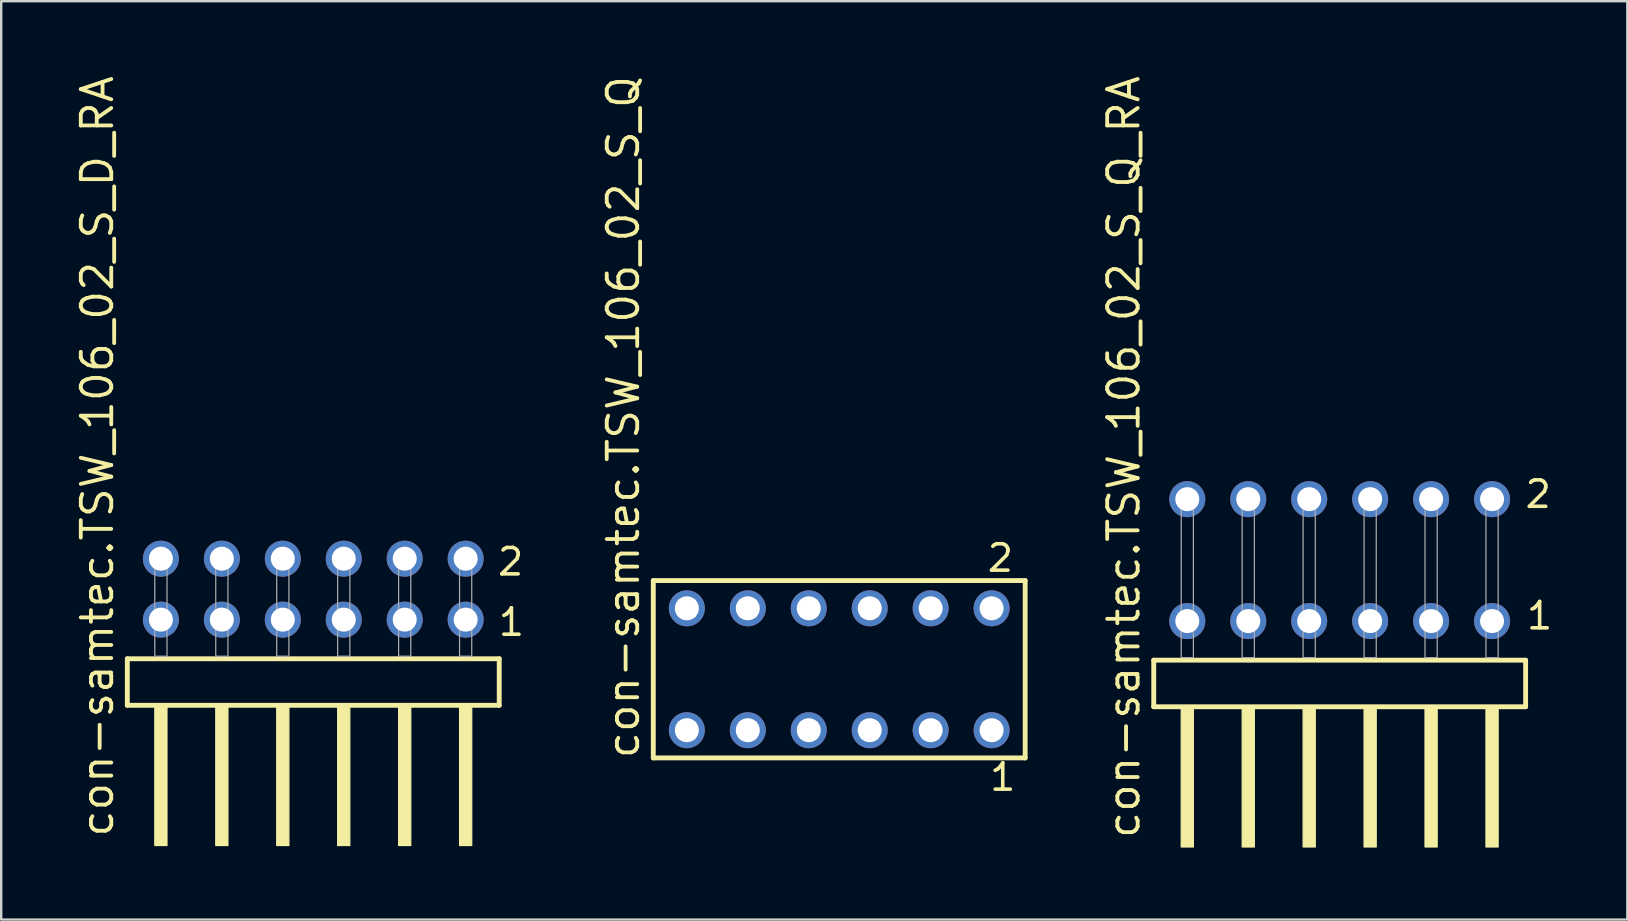
<source format=kicad_pcb>
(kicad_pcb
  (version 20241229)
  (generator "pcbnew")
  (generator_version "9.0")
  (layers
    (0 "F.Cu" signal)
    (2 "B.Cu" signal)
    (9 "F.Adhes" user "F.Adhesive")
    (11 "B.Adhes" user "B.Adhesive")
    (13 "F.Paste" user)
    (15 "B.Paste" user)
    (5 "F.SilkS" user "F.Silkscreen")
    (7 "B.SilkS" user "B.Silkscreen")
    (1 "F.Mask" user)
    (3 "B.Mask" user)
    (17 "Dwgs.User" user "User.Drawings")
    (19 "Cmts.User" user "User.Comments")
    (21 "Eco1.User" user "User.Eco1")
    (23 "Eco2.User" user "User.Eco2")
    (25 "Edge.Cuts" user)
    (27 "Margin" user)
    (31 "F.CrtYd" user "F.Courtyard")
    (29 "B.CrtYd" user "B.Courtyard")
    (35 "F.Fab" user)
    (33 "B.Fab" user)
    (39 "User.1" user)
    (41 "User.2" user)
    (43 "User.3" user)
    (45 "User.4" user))
  (footprint "con-samtec.TSW_106_02_S_Q"
    (layer "F.Cu")
    (at 31.923 24.84)
    (property "Reference" "con-samtec.TSW_106_02_S_Q" (at -8.255 3.81 90) (layer "F.SilkS") (effects (font (size 1.27 1.27) (thickness 0.16)) (justify left bottom)))
    (attr through_hole)
    (fp_line (start -7.749 -3.695) (end 7.749 -3.695) (stroke (width 0.203) (type default)) (layer "F.SilkS"))
    (fp_line (start -7.749 3.695) (end -7.749 -3.695) (stroke (width 0.203) (type default)) (layer "F.SilkS"))
    (fp_line (start 7.749 -3.695) (end 7.749 3.695) (stroke (width 0.203) (type default)) (layer "F.SilkS"))
    (fp_line (start 7.749 3.695) (end -7.749 3.695) (stroke (width 0.203) (type default)) (layer "F.SilkS"))
    (fp_rect (start -6.7 -2.19) (end -6 -2.89) (stroke (width 0.05) (type default)) (fill no) (layer "F.Fab"))
    (fp_rect (start -6.7 2.89) (end -6 2.19) (stroke (width 0.05) (type default)) (fill no) (layer "F.Fab"))
    (fp_rect (start -4.16 -2.19) (end -3.46 -2.89) (stroke (width 0.05) (type default)) (fill no) (layer "F.Fab"))
    (fp_rect (start -4.16 2.89) (end -3.46 2.19) (stroke (width 0.05) (type default)) (fill no) (layer "F.Fab"))
    (fp_rect (start -1.62 -2.19) (end -0.92 -2.89) (stroke (width 0.05) (type default)) (fill no) (layer "F.Fab"))
    (fp_rect (start -1.62 2.89) (end -0.92 2.19) (stroke (width 0.05) (type default)) (fill no) (layer "F.Fab"))
    (fp_rect (start 0.92 -2.19) (end 1.62 -2.89) (stroke (width 0.05) (type default)) (fill no) (layer "F.Fab"))
    (fp_rect (start 0.92 2.89) (end 1.62 2.19) (stroke (width 0.05) (type default)) (fill no) (layer "F.Fab"))
    (fp_rect (start 3.46 -2.19) (end 4.16 -2.89) (stroke (width 0.05) (type default)) (fill no) (layer "F.Fab"))
    (fp_rect (start 3.46 2.89) (end 4.16 2.19) (stroke (width 0.05) (type default)) (fill no) (layer "F.Fab"))
    (fp_rect (start 6 -2.19) (end 6.7 -2.89) (stroke (width 0.05) (type default)) (fill no) (layer "F.Fab"))
    (fp_rect (start 6 2.89) (end 6.7 2.19) (stroke (width 0.05) (type default)) (fill no) (layer "F.Fab"))
    (fp_text user "2" (at 6.092 -3.989 0) (layer "F.SilkS") (effects (font (size 1.1 1.1) (thickness 0.15)) (justify left bottom)))
    (fp_text user "1" (at 6.192 5.138 0) (layer "F.SilkS") (effects (font (size 1.1 1.1) (thickness 0.15)) (justify left bottom)))
    (pad "1" thru_hole circle (at 6.35 2.54 180) (size 1.5 1.5) (drill 1) (layers "*.Cu" "*.Mask"))
    (pad "2" thru_hole circle (at 6.35 -2.54 180) (size 1.5 1.5) (drill 1) (layers "*.Cu" "*.Mask"))
    (pad "3" thru_hole circle (at 3.81 2.54 180) (size 1.5 1.5) (drill 1) (layers "*.Cu" "*.Mask"))
    (pad "4" thru_hole circle (at 3.81 -2.54 180) (size 1.5 1.5) (drill 1) (layers "*.Cu" "*.Mask"))
    (pad "5" thru_hole circle (at 1.27 2.54 180) (size 1.5 1.5) (drill 1) (layers "*.Cu" "*.Mask"))
    (pad "6" thru_hole circle (at 1.27 -2.54 180) (size 1.5 1.5) (drill 1) (layers "*.Cu" "*.Mask"))
    (pad "7" thru_hole circle (at -1.27 2.54 180) (size 1.5 1.5) (drill 1) (layers "*.Cu" "*.Mask"))
    (pad "8" thru_hole circle (at -1.27 -2.54 180) (size 1.5 1.5) (drill 1) (layers "*.Cu" "*.Mask"))
    (pad "9" thru_hole circle (at -3.81 2.54 180) (size 1.5 1.5) (drill 1) (layers "*.Cu" "*.Mask"))
    (pad "10" thru_hole circle (at -3.81 -2.54 180) (size 1.5 1.5) (drill 1) (layers "*.Cu" "*.Mask"))
    (pad "11" thru_hole circle (at -6.35 2.54 180) (size 1.5 1.5) (drill 1) (layers "*.Cu" "*.Mask"))
    (pad "12" thru_hole circle (at -6.35 -2.54 180) (size 1.5 1.5) (drill 1) (layers "*.Cu" "*.Mask")))
  (footprint "con-samtec.TSW_106_02_S_Q_RA"
    (layer "F.Cu")
    (at 52.778 24.356)
    (property "Reference" "con-samtec.TSW_106_02_S_Q_RA" (at -8.255 7.62 90) (layer "F.SilkS") (effects (font (size 1.27 1.27) (thickness 0.16)) (justify left bottom)))
    (attr through_hole)
    (fp_line (start -7.749 0.106) (end -7.749 2.046) (stroke (width 0.203) (type default)) (layer "F.SilkS"))
    (fp_line (start -7.749 2.046) (end 7.749 2.046) (stroke (width 0.203) (type default)) (layer "F.SilkS"))
    (fp_line (start 7.749 0.106) (end -7.749 0.106) (stroke (width 0.203) (type default)) (layer "F.SilkS"))
    (fp_line (start 7.749 2.046) (end 7.749 0.106) (stroke (width 0.203) (type default)) (layer "F.SilkS"))
    (fp_rect (start -6.604 7.89) (end -6.096 2.04) (stroke (width 0.05) (type default)) (fill yes) (layer "F.SilkS"))
    (fp_rect (start -4.064 7.89) (end -3.556 2.04) (stroke (width 0.05) (type default)) (fill yes) (layer "F.SilkS"))
    (fp_rect (start -1.524 7.89) (end -1.016 2.04) (stroke (width 0.05) (type default)) (fill yes) (layer "F.SilkS"))
    (fp_rect (start 1.016 7.89) (end 1.524 2.04) (stroke (width 0.05) (type default)) (fill yes) (layer "F.SilkS"))
    (fp_rect (start 3.556 7.89) (end 4.064 2.04) (stroke (width 0.05) (type default)) (fill yes) (layer "F.SilkS"))
    (fp_rect (start 6.096 7.89) (end 6.604 2.04) (stroke (width 0.05) (type default)) (fill yes) (layer "F.SilkS"))
    (fp_rect (start -6.604 0) (end -6.096 -6.858) (stroke (width 0.05) (type default)) (fill no) (layer "F.Fab"))
    (fp_rect (start -4.064 0) (end -3.556 -6.858) (stroke (width 0.05) (type default)) (fill no) (layer "F.Fab"))
    (fp_rect (start -1.524 0) (end -1.016 -6.858) (stroke (width 0.05) (type default)) (fill no) (layer "F.Fab"))
    (fp_rect (start 1.016 0) (end 1.524 -6.858) (stroke (width 0.05) (type default)) (fill no) (layer "F.Fab"))
    (fp_rect (start 3.556 0) (end 4.064 -6.858) (stroke (width 0.05) (type default)) (fill no) (layer "F.Fab"))
    (fp_rect (start 6.096 0) (end 6.604 -6.858) (stroke (width 0.05) (type default)) (fill no) (layer "F.Fab"))
    (fp_text user "1" (at 7.71 -1.1 0) (layer "F.SilkS") (effects (font (size 1.1 1.1) (thickness 0.15)) (justify left bottom)))
    (fp_text user "2" (at 7.65 -6.165 0) (layer "F.SilkS") (effects (font (size 1.1 1.1) (thickness 0.15)) (justify left bottom)))
    (pad "1" thru_hole circle (at 6.35 -1.524 180) (size 1.5 1.5) (drill 1) (layers "*.Cu" "*.Mask"))
    (pad "2" thru_hole circle (at 6.35 -6.604 180) (size 1.5 1.5) (drill 1) (layers "*.Cu" "*.Mask"))
    (pad "3" thru_hole circle (at 3.81 -1.524 180) (size 1.5 1.5) (drill 1) (layers "*.Cu" "*.Mask"))
    (pad "4" thru_hole circle (at 3.81 -6.604 180) (size 1.5 1.5) (drill 1) (layers "*.Cu" "*.Mask"))
    (pad "5" thru_hole circle (at 1.27 -1.524 180) (size 1.5 1.5) (drill 1) (layers "*.Cu" "*.Mask"))
    (pad "6" thru_hole circle (at 1.27 -6.604 180) (size 1.5 1.5) (drill 1) (layers "*.Cu" "*.Mask"))
    (pad "7" thru_hole circle (at -1.27 -1.524 180) (size 1.5 1.5) (drill 1) (layers "*.Cu" "*.Mask"))
    (pad "8" thru_hole circle (at -1.27 -6.604 180) (size 1.5 1.5) (drill 1) (layers "*.Cu" "*.Mask"))
    (pad "9" thru_hole circle (at -3.81 -1.524 180) (size 1.5 1.5) (drill 1) (layers "*.Cu" "*.Mask"))
    (pad "10" thru_hole circle (at -3.81 -6.604 180) (size 1.5 1.5) (drill 1) (layers "*.Cu" "*.Mask"))
    (pad "11" thru_hole circle (at -6.35 -1.524 180) (size 1.5 1.5) (drill 1) (layers "*.Cu" "*.Mask"))
    (pad "12" thru_hole circle (at -6.35 -6.604 180) (size 1.5 1.5) (drill 1) (layers "*.Cu" "*.Mask")))
  (footprint "con-samtec.TSW_106_02_S_D_RA"
    (layer "F.Cu")
    (at 10.005 24.296)
    (property "Reference" "con-samtec.TSW_106_02_S_D_RA" (at -8.255 7.62 90) (layer "F.SilkS") (effects (font (size 1.27 1.27) (thickness 0.16)) (justify left bottom)))
    (attr through_hole)
    (fp_line (start -7.749 0.106) (end -7.749 2.046) (stroke (width 0.203) (type default)) (layer "F.SilkS"))
    (fp_line (start -7.749 2.046) (end 7.749 2.046) (stroke (width 0.203) (type default)) (layer "F.SilkS"))
    (fp_line (start 7.749 0.106) (end -7.749 0.106) (stroke (width 0.203) (type default)) (layer "F.SilkS"))
    (fp_line (start 7.749 2.046) (end 7.749 0.106) (stroke (width 0.203) (type default)) (layer "F.SilkS"))
    (fp_rect (start -6.604 7.89) (end -6.096 2.04) (stroke (width 0.05) (type default)) (fill yes) (layer "F.SilkS"))
    (fp_rect (start -4.064 7.89) (end -3.556 2.04) (stroke (width 0.05) (type default)) (fill yes) (layer "F.SilkS"))
    (fp_rect (start -1.524 7.89) (end -1.016 2.04) (stroke (width 0.05) (type default)) (fill yes) (layer "F.SilkS"))
    (fp_rect (start 1.016 7.89) (end 1.524 2.04) (stroke (width 0.05) (type default)) (fill yes) (layer "F.SilkS"))
    (fp_rect (start 3.556 7.89) (end 4.064 2.04) (stroke (width 0.05) (type default)) (fill yes) (layer "F.SilkS"))
    (fp_rect (start 6.096 7.89) (end 6.604 2.04) (stroke (width 0.05) (type default)) (fill yes) (layer "F.SilkS"))
    (fp_rect (start -6.604 0) (end -6.096 -4.318) (stroke (width 0.05) (type default)) (fill no) (layer "F.Fab"))
    (fp_rect (start -4.064 0) (end -3.556 -4.318) (stroke (width 0.05) (type default)) (fill no) (layer "F.Fab"))
    (fp_rect (start -1.524 0) (end -1.016 -4.318) (stroke (width 0.05) (type default)) (fill no) (layer "F.Fab"))
    (fp_rect (start 1.016 0) (end 1.524 -4.318) (stroke (width 0.05) (type default)) (fill no) (layer "F.Fab"))
    (fp_rect (start 3.556 0) (end 4.064 -4.318) (stroke (width 0.05) (type default)) (fill no) (layer "F.Fab"))
    (fp_rect (start 6.096 0) (end 6.604 -4.318) (stroke (width 0.05) (type default)) (fill no) (layer "F.Fab"))
    (fp_text user "2" (at 7.6 -3.29 0) (layer "F.SilkS") (effects (font (size 1.1 1.1) (thickness 0.15)) (justify left bottom)))
    (fp_text user "1" (at 7.635 -0.775 0) (layer "F.SilkS") (effects (font (size 1.1 1.1) (thickness 0.15)) (justify left bottom)))
    (pad "1" thru_hole circle (at 6.35 -1.524 180) (size 1.5 1.5) (drill 1) (layers "*.Cu" "*.Mask"))
    (pad "2" thru_hole circle (at 6.35 -4.064 180) (size 1.5 1.5) (drill 1) (layers "*.Cu" "*.Mask"))
    (pad "3" thru_hole circle (at 3.81 -1.524 180) (size 1.5 1.5) (drill 1) (layers "*.Cu" "*.Mask"))
    (pad "4" thru_hole circle (at 3.81 -4.064 180) (size 1.5 1.5) (drill 1) (layers "*.Cu" "*.Mask"))
    (pad "5" thru_hole circle (at 1.27 -1.524 180) (size 1.5 1.5) (drill 1) (layers "*.Cu" "*.Mask"))
    (pad "6" thru_hole circle (at 1.27 -4.064 180) (size 1.5 1.5) (drill 1) (layers "*.Cu" "*.Mask"))
    (pad "7" thru_hole circle (at -1.27 -1.524 180) (size 1.5 1.5) (drill 1) (layers "*.Cu" "*.Mask"))
    (pad "8" thru_hole circle (at -1.27 -4.064 180) (size 1.5 1.5) (drill 1) (layers "*.Cu" "*.Mask"))
    (pad "9" thru_hole circle (at -3.81 -1.524 180) (size 1.5 1.5) (drill 1) (layers "*.Cu" "*.Mask"))
    (pad "10" thru_hole circle (at -3.81 -4.064 180) (size 1.5 1.5) (drill 1) (layers "*.Cu" "*.Mask"))
    (pad "11" thru_hole circle (at -6.35 -1.524 180) (size 1.5 1.5) (drill 1) (layers "*.Cu" "*.Mask"))
    (pad "12" thru_hole circle (at -6.35 -4.064 180) (size 1.5 1.5) (drill 1) (layers "*.Cu" "*.Mask")))
  (gr_rect
    (start -3 -3)
    (end 64.766 35.271)
    (stroke (width 0.1) (type default))
    (fill no)
    (layer "Edge.Cuts")))
</source>
